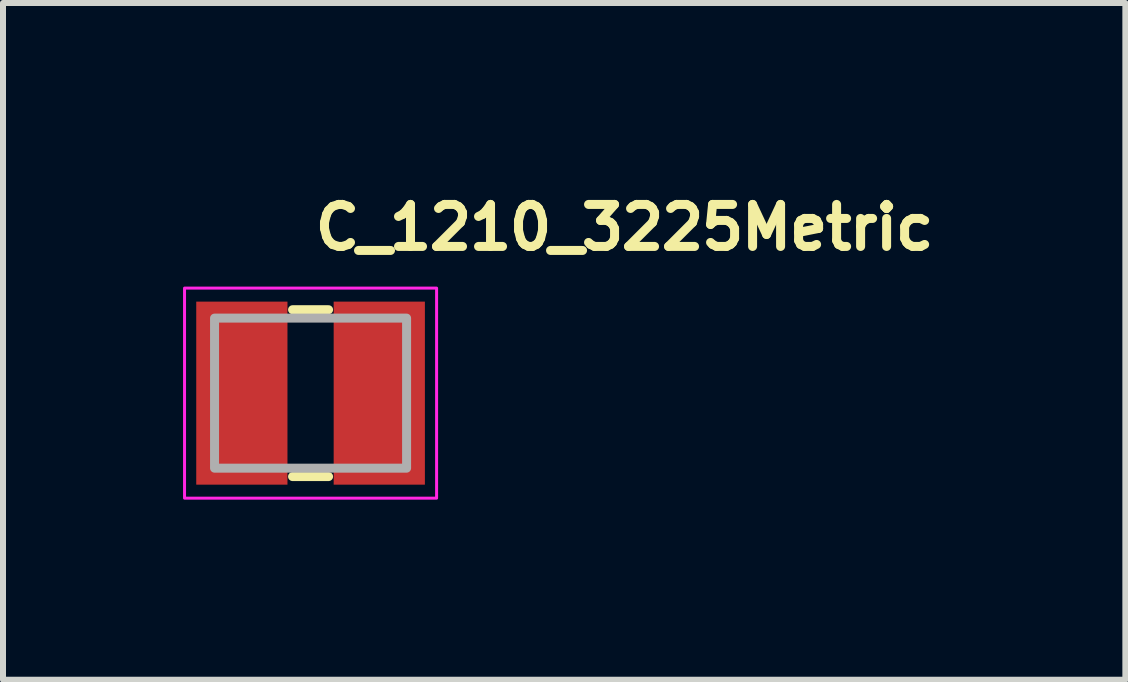
<source format=kicad_pcb>
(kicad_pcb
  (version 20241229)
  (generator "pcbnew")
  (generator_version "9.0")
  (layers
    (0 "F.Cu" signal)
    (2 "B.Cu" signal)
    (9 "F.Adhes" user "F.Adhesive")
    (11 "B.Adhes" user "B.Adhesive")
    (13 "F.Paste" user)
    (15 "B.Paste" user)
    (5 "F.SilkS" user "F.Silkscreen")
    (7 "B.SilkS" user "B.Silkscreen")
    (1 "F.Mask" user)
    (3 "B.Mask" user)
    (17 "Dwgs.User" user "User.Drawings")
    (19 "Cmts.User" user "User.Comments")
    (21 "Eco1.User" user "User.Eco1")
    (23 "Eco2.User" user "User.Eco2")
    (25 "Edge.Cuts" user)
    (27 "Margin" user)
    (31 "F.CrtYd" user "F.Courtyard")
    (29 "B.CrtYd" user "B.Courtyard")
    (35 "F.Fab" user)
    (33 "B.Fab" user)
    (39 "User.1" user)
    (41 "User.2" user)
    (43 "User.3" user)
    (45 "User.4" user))
  (footprint "C_1210_3225Metric"
    (layer "F.Cu")
    (at 2.125 3.501)
    (property "Reference" "C_1210_3225Metric" (at 0 -2.351 0) (layer "F.SilkS") (effects (font (size 0.7 0.7) (thickness 0.15)) (justify left bottom)))
    (attr smd)
    (fp_line (start -0.3 -1.39) (end 0.3 -1.39) (stroke (width 0.15) (type solid)) (layer "F.SilkS"))
    (fp_line (start -0.3 1.39) (end 0.3 1.39) (stroke (width 0.15) (type solid)) (layer "F.SilkS"))
    (fp_rect (start -2.1 -1.75) (end 2.1 1.75) (stroke (width 0.05) (type solid)) (fill no) (layer "F.CrtYd"))
    (fp_rect (start -1.6 -1.25) (end 1.6 1.25) (stroke (width 0.15) (type solid)) (fill no) (layer "F.Fab"))
    (fp_rect (start -1.6 -1.25) (end 1.6 1.25) (stroke (width 0.1) (type solid)) (fill no) (layer "User.5"))
    (fp_line (start -1.601 -1.246) (end -1.601 -1.244) (stroke (width 0.02) (type solid)) (layer "User.9"))
    (fp_line (start -1.601 -1.244) (end -1.601 -1.244) (stroke (width 0.02) (type solid)) (layer "User.9"))
    (fp_line (start -1.601 -1.244) (end -1.601 -1.244) (stroke (width 0.02) (type solid)) (layer "User.9"))
    (fp_line (start -1.601 -1.244) (end -1.601 -1.244) (stroke (width 0.02) (type solid)) (layer "User.9"))
    (fp_line (start -1.601 -1.244) (end -1.601 -1.244) (stroke (width 0.02) (type solid)) (layer "User.9"))
    (fp_line (start -1.601 -1.244) (end -1.601 -1.242) (stroke (width 0.02) (type solid)) (layer "User.9"))
    (fp_line (start -1.601 -1.242) (end -1.601 -1.242) (stroke (width 0.02) (type solid)) (layer "User.9"))
    (fp_line (start -1.601 -1.242) (end -1.601 -1.242) (stroke (width 0.02) (type solid)) (layer "User.9"))
    (fp_line (start -1.601 -1.242) (end -1.601 -1.24) (stroke (width 0.02) (type solid)) (layer "User.9"))
    (fp_line (start -1.601 -1.24) (end -1.601 -1.24) (stroke (width 0.02) (type solid)) (layer "User.9"))
    (fp_line (start -1.601 -1.24) (end -1.601 -1.24) (stroke (width 0.02) (type solid)) (layer "User.9"))
    (fp_line (start -1.601 -1.24) (end -1.601 -1.24) (stroke (width 0.02) (type solid)) (layer "User.9"))
    (fp_line (start -1.601 -1.24) (end -1.601 -1.24) (stroke (width 0.02) (type solid)) (layer "User.9"))
    (fp_line (start -1.601 -1.24) (end -1.601 -1.238) (stroke (width 0.02) (type solid)) (layer "User.9"))
    (fp_line (start -1.601 -1.24) (end -1.601 1.239) (stroke (width 0.02) (type solid)) (layer "User.9"))
    (fp_line (start -1.601 -1.238) (end -1.601 -1.238) (stroke (width 0.02) (type solid)) (layer "User.9"))
    (fp_line (start -1.601 -1.238) (end -1.601 -1.238) (stroke (width 0.02) (type solid)) (layer "User.9"))
    (fp_line (start -1.601 -1.238) (end -1.601 -1.238) (stroke (width 0.02) (type solid)) (layer "User.9"))
    (fp_line (start -1.601 -1.238) (end -1.601 -1.238) (stroke (width 0.02) (type solid)) (layer "User.9"))
    (fp_line (start -1.601 -1.238) (end -1.601 -1.236) (stroke (width 0.02) (type solid)) (layer "User.9"))
    (fp_line (start -1.601 -1.236) (end -1.599 -1.236) (stroke (width 0.02) (type solid)) (layer "User.9"))
    (fp_line (start -1.601 1.235) (end -1.601 1.235) (stroke (width 0.02) (type solid)) (layer "User.9"))
    (fp_line (start -1.601 1.235) (end -1.601 1.235) (stroke (width 0.02) (type solid)) (layer "User.9"))
    (fp_line (start -1.601 1.235) (end -1.601 1.237) (stroke (width 0.02) (type solid)) (layer "User.9"))
    (fp_line (start -1.601 1.237) (end -1.601 1.237) (stroke (width 0.02) (type solid)) (layer "User.9"))
    (fp_line (start -1.601 1.237) (end -1.601 1.237) (stroke (width 0.02) (type solid)) (layer "User.9"))
    (fp_line (start -1.601 1.237) (end -1.601 1.237) (stroke (width 0.02) (type solid)) (layer "User.9"))
    (fp_line (start -1.601 1.237) (end -1.601 1.237) (stroke (width 0.02) (type solid)) (layer "User.9"))
    (fp_line (start -1.601 1.237) (end -1.601 1.239) (stroke (width 0.02) (type solid)) (layer "User.9"))
    (fp_line (start -1.601 1.239) (end -1.601 1.239) (stroke (width 0.02) (type solid)) (layer "User.9"))
    (fp_line (start -1.601 1.239) (end -1.601 1.239) (stroke (width 0.02) (type solid)) (layer "User.9"))
    (fp_line (start -1.601 1.239) (end -1.601 1.239) (stroke (width 0.02) (type solid)) (layer "User.9"))
    (fp_line (start -1.601 1.239) (end -1.601 1.241) (stroke (width 0.02) (type solid)) (layer "User.9"))
    (fp_line (start -1.601 1.241) (end -1.601 1.241) (stroke (width 0.02) (type solid)) (layer "User.9"))
    (fp_line (start -1.601 1.241) (end -1.601 1.241) (stroke (width 0.02) (type solid)) (layer "User.9"))
    (fp_line (start -1.601 1.241) (end -1.601 1.241) (stroke (width 0.02) (type solid)) (layer "User.9"))
    (fp_line (start -1.601 1.241) (end -1.601 1.241) (stroke (width 0.02) (type solid)) (layer "User.9"))
    (fp_line (start -1.601 1.241) (end -1.601 1.243) (stroke (width 0.02) (type solid)) (layer "User.9"))
    (fp_line (start -1.601 1.243) (end -1.601 1.243) (stroke (width 0.02) (type solid)) (layer "User.9"))
    (fp_line (start -1.601 1.243) (end -1.601 1.243) (stroke (width 0.02) (type solid)) (layer "User.9"))
    (fp_line (start -1.601 1.243) (end -1.599 1.243) (stroke (width 0.02) (type solid)) (layer "User.9"))
    (fp_line (start -1.599 -1.248) (end -1.599 -1.248) (stroke (width 0.02) (type solid)) (layer "User.9"))
    (fp_line (start -1.599 -1.248) (end -1.599 -1.248) (stroke (width 0.02) (type solid)) (layer "User.9"))
    (fp_line (start -1.599 -1.248) (end -1.599 -1.246) (stroke (width 0.02) (type solid)) (layer "User.9"))
    (fp_line (start -1.599 -1.246) (end -1.601 -1.246) (stroke (width 0.02) (type solid)) (layer "User.9"))
    (fp_line (start -1.599 -1.246) (end -1.599 -1.246) (stroke (width 0.02) (type solid)) (layer "User.9"))
    (fp_line (start -1.599 -1.246) (end -1.599 -1.246) (stroke (width 0.02) (type solid)) (layer "User.9"))
    (fp_line (start -1.599 -1.246) (end -1.599 -1.246) (stroke (width 0.02) (type solid)) (layer "User.9"))
    (fp_line (start -1.599 -1.236) (end -1.599 -1.236) (stroke (width 0.02) (type solid)) (layer "User.9"))
    (fp_line (start -1.599 -1.236) (end -1.599 -1.236) (stroke (width 0.02) (type solid)) (layer "User.9"))
    (fp_line (start -1.599 -1.236) (end -1.599 -1.236) (stroke (width 0.02) (type solid)) (layer "User.9"))
    (fp_line (start -1.599 -1.236) (end -1.599 -1.234) (stroke (width 0.02) (type solid)) (layer "User.9"))
    (fp_line (start -1.599 -1.234) (end -1.599 -1.234) (stroke (width 0.02) (type solid)) (layer "User.9"))
    (fp_line (start -1.599 -1.234) (end -1.599 -1.234) (stroke (width 0.02) (type solid)) (layer "User.9"))
    (fp_line (start -1.599 -1.234) (end -1.597 -1.234) (stroke (width 0.02) (type solid)) (layer "User.9"))
    (fp_line (start -1.599 1.231) (end -1.599 1.233) (stroke (width 0.02) (type solid)) (layer "User.9"))
    (fp_line (start -1.599 1.233) (end -1.599 1.233) (stroke (width 0.02) (type solid)) (layer "User.9"))
    (fp_line (start -1.599 1.233) (end -1.599 1.233) (stroke (width 0.02) (type solid)) (layer "User.9"))
    (fp_line (start -1.599 1.233) (end -1.599 1.233) (stroke (width 0.02) (type solid)) (layer "User.9"))
    (fp_line (start -1.599 1.233) (end -1.599 1.233) (stroke (width 0.02) (type solid)) (layer "User.9"))
    (fp_line (start -1.599 1.233) (end -1.599 1.235) (stroke (width 0.02) (type solid)) (layer "User.9"))
    (fp_line (start -1.599 1.235) (end -1.601 1.235) (stroke (width 0.02) (type solid)) (layer "User.9"))
    (fp_line (start -1.599 1.243) (end -1.599 1.245) (stroke (width 0.02) (type solid)) (layer "User.9"))
    (fp_line (start -1.599 1.245) (end -1.599 1.245) (stroke (width 0.02) (type solid)) (layer "User.9"))
    (fp_line (start -1.599 1.245) (end -1.599 1.245) (stroke (width 0.02) (type solid)) (layer "User.9"))
    (fp_line (start -1.599 1.245) (end -1.599 1.245) (stroke (width 0.02) (type solid)) (layer "User.9"))
    (fp_line (start -1.599 1.245) (end -1.599 1.245) (stroke (width 0.02) (type solid)) (layer "User.9"))
    (fp_line (start -1.599 1.245) (end -1.599 1.247) (stroke (width 0.02) (type solid)) (layer "User.9"))
    (fp_line (start -1.599 1.247) (end -1.597 1.247) (stroke (width 0.02) (type solid)) (layer "User.9"))
    (fp_line (start -1.597 -1.25) (end -1.597 -1.25) (stroke (width 0.02) (type solid)) (layer "User.9"))
    (fp_line (start -1.597 -1.25) (end -1.597 -1.25) (stroke (width 0.02) (type solid)) (layer "User.9"))
    (fp_line (start -1.597 -1.25) (end -1.597 -1.248) (stroke (width 0.02) (type solid)) (layer "User.9"))
    (fp_line (start -1.597 -1.248) (end -1.599 -1.248) (stroke (width 0.02) (type solid)) (layer "User.9"))
    (fp_line (start -1.597 -1.248) (end -1.597 -1.248) (stroke (width 0.02) (type solid)) (layer "User.9"))
    (fp_line (start -1.597 -1.234) (end -1.597 -1.234) (stroke (width 0.02) (type solid)) (layer "User.9"))
    (fp_line (start -1.597 -1.234) (end -1.597 -1.232) (stroke (width 0.02) (type solid)) (layer "User.9"))
    (fp_line (start -1.597 -1.232) (end -1.597 -1.232) (stroke (width 0.02) (type solid)) (layer "User.9"))
    (fp_line (start -1.597 -1.232) (end -1.597 -1.232) (stroke (width 0.02) (type solid)) (layer "User.9"))
    (fp_line (start -1.597 -1.232) (end -1.595 -1.232) (stroke (width 0.02) (type solid)) (layer "User.9"))
    (fp_line (start -1.597 1.231) (end -1.599 1.231) (stroke (width 0.02) (type solid)) (layer "User.9"))
    (fp_line (start -1.597 1.231) (end -1.597 1.231) (stroke (width 0.02) (type solid)) (layer "User.9"))
    (fp_line (start -1.597 1.231) (end -1.597 1.231) (stroke (width 0.02) (type solid)) (layer "User.9"))
    (fp_line (start -1.597 1.231) (end -1.597 1.231) (stroke (width 0.02) (type solid)) (layer "User.9"))
    (fp_line (start -1.597 1.231) (end -1.597 1.231) (stroke (width 0.02) (type solid)) (layer "User.9"))
    (fp_line (start -1.597 1.247) (end -1.597 1.247) (stroke (width 0.02) (type solid)) (layer "User.9"))
    (fp_line (start -1.597 1.247) (end -1.597 1.247) (stroke (width 0.02) (type solid)) (layer "User.9"))
    (fp_line (start -1.597 1.247) (end -1.597 1.247) (stroke (width 0.02) (type solid)) (layer "User.9"))
    (fp_line (start -1.597 1.247) (end -1.597 1.247) (stroke (width 0.02) (type solid)) (layer "User.9"))
    (fp_line (start -1.597 1.247) (end -1.595 1.247) (stroke (width 0.02) (type solid)) (layer "User.9"))
    (fp_line (start -1.595 -1.25) (end -1.597 -1.25) (stroke (width 0.02) (type solid)) (layer "User.9"))
    (fp_line (start -1.595 -1.25) (end -1.595 -1.25) (stroke (width 0.02) (type solid)) (layer "User.9"))
    (fp_line (start -1.595 -1.25) (end -1.595 -1.25) (stroke (width 0.02) (type solid)) (layer "User.9"))
    (fp_line (start -1.595 -1.25) (end -1.595 -1.25) (stroke (width 0.02) (type solid)) (layer "User.9"))
    (fp_line (start -1.595 -1.232) (end -1.595 -1.232) (stroke (width 0.02) (type solid)) (layer "User.9"))
    (fp_line (start -1.595 -1.232) (end -1.595 -1.232) (stroke (width 0.02) (type solid)) (layer "User.9"))
    (fp_line (start -1.595 -1.232) (end -1.595 -1.232) (stroke (width 0.02) (type solid)) (layer "User.9"))
    (fp_line (start -1.595 -1.232) (end -1.593 -1.232) (stroke (width 0.02) (type solid)) (layer "User.9"))
    (fp_line (start -1.595 1.229) (end -1.595 1.229) (stroke (width 0.02) (type solid)) (layer "User.9"))
    (fp_line (start -1.595 1.229) (end -1.595 1.229) (stroke (width 0.02) (type solid)) (layer "User.9"))
    (fp_line (start -1.595 1.229) (end -1.595 1.231) (stroke (width 0.02) (type solid)) (layer "User.9"))
    (fp_line (start -1.595 1.231) (end -1.597 1.231) (stroke (width 0.02) (type solid)) (layer "User.9"))
    (fp_line (start -1.595 1.247) (end -1.595 1.249) (stroke (width 0.02) (type solid)) (layer "User.9"))
    (fp_line (start -1.595 1.249) (end -1.595 1.249) (stroke (width 0.02) (type solid)) (layer "User.9"))
    (fp_line (start -1.595 1.249) (end -1.595 1.249) (stroke (width 0.02) (type solid)) (layer "User.9"))
    (fp_line (start -1.595 1.249) (end -1.593 1.249) (stroke (width 0.02) (type solid)) (layer "User.9"))
    (fp_line (start -1.593 -1.25) (end -1.595 -1.25) (stroke (width 0.02) (type solid)) (layer "User.9"))
    (fp_line (start -1.593 -1.25) (end -1.593 -1.25) (stroke (width 0.02) (type solid)) (layer "User.9"))
    (fp_line (start -1.593 -1.25) (end -1.593 -1.25) (stroke (width 0.02) (type solid)) (layer "User.9"))
    (fp_line (start -1.593 -1.25) (end -1.593 -1.25) (stroke (width 0.02) (type solid)) (layer "User.9"))
    (fp_line (start -1.593 -1.25) (end -1.593 -1.25) (stroke (width 0.02) (type solid)) (layer "User.9"))
    (fp_line (start -1.593 -1.232) (end -1.593 -1.232) (stroke (width 0.02) (type solid)) (layer "User.9"))
    (fp_line (start -1.593 -1.232) (end -1.593 -1.232) (stroke (width 0.02) (type solid)) (layer "User.9"))
    (fp_line (start -1.593 -1.232) (end -1.593 -1.232) (stroke (width 0.02) (type solid)) (layer "User.9"))
    (fp_line (start -1.593 -1.232) (end -1.593 -1.232) (stroke (width 0.02) (type solid)) (layer "User.9"))
    (fp_line (start -1.593 -1.232) (end -1.591 -1.232) (stroke (width 0.02) (type solid)) (layer "User.9"))
    (fp_line (start -1.593 1.229) (end -1.595 1.229) (stroke (width 0.02) (type solid)) (layer "User.9"))
    (fp_line (start -1.593 1.229) (end -1.593 1.229) (stroke (width 0.02) (type solid)) (layer "User.9"))
    (fp_line (start -1.593 1.229) (end -1.593 1.229) (stroke (width 0.02) (type solid)) (layer "User.9"))
    (fp_line (start -1.593 1.229) (end -1.593 1.229) (stroke (width 0.02) (type solid)) (layer "User.9"))
    (fp_line (start -1.593 1.229) (end -1.593 1.229) (stroke (width 0.02) (type solid)) (layer "User.9"))
    (fp_line (start -1.593 1.249) (end -1.593 1.249) (stroke (width 0.02) (type solid)) (layer "User.9"))
    (fp_line (start -1.593 1.249) (end -1.593 1.249) (stroke (width 0.02) (type solid)) (layer "User.9"))
    (fp_line (start -1.593 1.249) (end -1.593 1.249) (stroke (width 0.02) (type solid)) (layer "User.9"))
    (fp_line (start -1.593 1.249) (end -1.593 1.249) (stroke (width 0.02) (type solid)) (layer "User.9"))
    (fp_line (start -1.593 1.249) (end -1.591 1.249) (stroke (width 0.02) (type solid)) (layer "User.9"))
    (fp_line (start -1.591 -1.25) (end -1.593 -1.25) (stroke (width 0.02) (type solid)) (layer "User.9"))
    (fp_line (start -1.591 -1.25) (end -1.591 -1.25) (stroke (width 0.02) (type solid)) (layer "User.9"))
    (fp_line (start -1.591 -1.25) (end -1.591 -1.25) (stroke (width 0.02) (type solid)) (layer "User.9"))
    (fp_line (start -1.591 -1.25) (end -1.591 -1.25) (stroke (width 0.02) (type solid)) (layer "User.9"))
    (fp_line (start -1.591 -1.232) (end -1.591 -1.23) (stroke (width 0.02) (type solid)) (layer "User.9"))
    (fp_line (start -1.591 -1.232) (end -1.589 -1.232) (stroke (width 0.02) (type solid)) (layer "User.9"))
    (fp_line (start -1.591 -1.23) (end -1.591 -1.232) (stroke (width 0.02) (type solid)) (layer "User.9"))
    (fp_line (start -1.591 -1.23) (end -1.591 -1.23) (stroke (width 0.02) (type solid)) (layer "User.9"))
    (fp_line (start -1.591 1.229) (end -1.593 1.229) (stroke (width 0.02) (type solid)) (layer "User.9"))
    (fp_line (start -1.591 1.229) (end -1.591 1.229) (stroke (width 0.02) (type solid)) (layer "User.9"))
    (fp_line (start -1.591 1.229) (end -1.591 1.229) (stroke (width 0.02) (type solid)) (layer "User.9"))
    (fp_line (start -1.591 1.229) (end -1.591 1.229) (stroke (width 0.02) (type solid)) (layer "User.9"))
    (fp_line (start -1.591 1.249) (end -1.591 1.249) (stroke (width 0.02) (type solid)) (layer "User.9"))
    (fp_line (start -1.591 1.249) (end -1.591 1.249) (stroke (width 0.02) (type solid)) (layer "User.9"))
    (fp_line (start -1.591 1.249) (end -1.591 1.249) (stroke (width 0.02) (type solid)) (layer "User.9"))
    (fp_line (start -1.591 1.249) (end -1.589 1.249) (stroke (width 0.02) (type solid)) (layer "User.9"))
    (fp_line (start -1.591 1.249) (end -0.85 1.249) (stroke (width 0.02) (type solid)) (layer "User.9"))
    (fp_line (start -1.589 -1.25) (end -1.591 -1.25) (stroke (width 0.02) (type solid)) (layer "User.9"))
    (fp_line (start -1.589 -1.25) (end -1.589 -1.25) (stroke (width 0.02) (type solid)) (layer "User.9"))
    (fp_line (start -1.589 -1.25) (end -1.589 -1.25) (stroke (width 0.02) (type solid)) (layer "User.9"))
    (fp_line (start -1.589 -1.25) (end -1.589 -1.25) (stroke (width 0.02) (type solid)) (layer "User.9"))
    (fp_line (start -1.589 -1.25) (end -1.589 -1.25) (stroke (width 0.02) (type solid)) (layer "User.9"))
    (fp_line (start -1.589 -1.232) (end -1.589 -1.232) (stroke (width 0.02) (type solid)) (layer "User.9"))
    (fp_line (start -1.589 -1.232) (end -1.589 -1.232) (stroke (width 0.02) (type solid)) (layer "User.9"))
    (fp_line (start -1.589 -1.232) (end -1.589 -1.232) (stroke (width 0.02) (type solid)) (layer "User.9"))
    (fp_line (start -1.589 -1.232) (end -1.589 -1.232) (stroke (width 0.02) (type solid)) (layer "User.9"))
    (fp_line (start -1.589 -1.232) (end -1.587 -1.232) (stroke (width 0.02) (type solid)) (layer "User.9"))
    (fp_line (start -1.589 1.229) (end -1.591 1.229) (stroke (width 0.02) (type solid)) (layer "User.9"))
    (fp_line (start -1.589 1.229) (end -1.589 1.229) (stroke (width 0.02) (type solid)) (layer "User.9"))
    (fp_line (start -1.589 1.229) (end -1.589 1.229) (stroke (width 0.02) (type solid)) (layer "User.9"))
    (fp_line (start -1.589 1.229) (end -1.589 1.229) (stroke (width 0.02) (type solid)) (layer "User.9"))
    (fp_line (start -1.589 1.229) (end -1.589 1.229) (stroke (width 0.02) (type solid)) (layer "User.9"))
    (fp_line (start -1.589 1.249) (end -1.589 1.249) (stroke (width 0.02) (type solid)) (layer "User.9"))
    (fp_line (start -1.589 1.249) (end -1.589 1.249) (stroke (width 0.02) (type solid)) (layer "User.9"))
    (fp_line (start -1.589 1.249) (end -1.589 1.249) (stroke (width 0.02) (type solid)) (layer "User.9"))
    (fp_line (start -1.589 1.249) (end -1.589 1.249) (stroke (width 0.02) (type solid)) (layer "User.9"))
    (fp_line (start -1.589 1.249) (end -1.587 1.249) (stroke (width 0.02) (type solid)) (layer "User.9"))
    (fp_line (start -1.587 -1.25) (end -1.589 -1.25) (stroke (width 0.02) (type solid)) (layer "User.9"))
    (fp_line (start -1.587 -1.25) (end -1.587 -1.25) (stroke (width 0.02) (type solid)) (layer "User.9"))
    (fp_line (start -1.587 -1.25) (end -1.587 -1.25) (stroke (width 0.02) (type solid)) (layer "User.9"))
    (fp_line (start -1.587 -1.25) (end -1.587 -1.25) (stroke (width 0.02) (type solid)) (layer "User.9"))
    (fp_line (start -1.587 -1.232) (end -1.587 -1.232) (stroke (width 0.02) (type solid)) (layer "User.9"))
    (fp_line (start -1.587 -1.232) (end -1.587 -1.232) (stroke (width 0.02) (type solid)) (layer "User.9"))
    (fp_line (start -1.587 -1.232) (end -1.587 -1.232) (stroke (width 0.02) (type solid)) (layer "User.9"))
    (fp_line (start -1.587 -1.232) (end -1.585 -1.232) (stroke (width 0.02) (type solid)) (layer "User.9"))
    (fp_line (start -1.587 1.229) (end -1.589 1.229) (stroke (width 0.02) (type solid)) (layer "User.9"))
    (fp_line (start -1.587 1.229) (end -1.587 1.229) (stroke (width 0.02) (type solid)) (layer "User.9"))
    (fp_line (start -1.587 1.229) (end -1.587 1.229) (stroke (width 0.02) (type solid)) (layer "User.9"))
    (fp_line (start -1.587 1.231) (end -1.587 1.229) (stroke (width 0.02) (type solid)) (layer "User.9"))
    (fp_line (start -1.587 1.247) (end -1.585 1.247) (stroke (width 0.02) (type solid)) (layer "User.9"))
    (fp_line (start -1.587 1.249) (end -1.587 1.247) (stroke (width 0.02) (type solid)) (layer "User.9"))
    (fp_line (start -1.587 1.249) (end -1.587 1.249) (stroke (width 0.02) (type solid)) (layer "User.9"))
    (fp_line (start -1.587 1.249) (end -1.587 1.249) (stroke (width 0.02) (type solid)) (layer "User.9"))
    (fp_line (start -1.585 -1.25) (end -1.587 -1.25) (stroke (width 0.02) (type solid)) (layer "User.9"))
    (fp_line (start -1.585 -1.25) (end -1.585 -1.25) (stroke (width 0.02) (type solid)) (layer "User.9"))
    (fp_line (start -1.585 -1.25) (end -1.585 -1.25) (stroke (width 0.02) (type solid)) (layer "User.9"))
    (fp_line (start -1.585 -1.248) (end -1.585 -1.25) (stroke (width 0.02) (type solid)) (layer "User.9"))
    (fp_line (start -1.585 -1.248) (end -1.585 -1.248) (stroke (width 0.02) (type solid)) (layer "User.9"))
    (fp_line (start -1.585 -1.234) (end -1.585 -1.234) (stroke (width 0.02) (type solid)) (layer "User.9"))
    (fp_line (start -1.585 -1.234) (end -1.583 -1.234) (stroke (width 0.02) (type solid)) (layer "User.9"))
    (fp_line (start -1.585 -1.232) (end -1.585 -1.234) (stroke (width 0.02) (type solid)) (layer "User.9"))
    (fp_line (start -1.585 -1.232) (end -1.585 -1.232) (stroke (width 0.02) (type solid)) (layer "User.9"))
    (fp_line (start -1.585 -1.232) (end -1.585 -1.232) (stroke (width 0.02) (type solid)) (layer "User.9"))
    (fp_line (start -1.585 1.231) (end -1.587 1.231) (stroke (width 0.02) (type solid)) (layer "User.9"))
    (fp_line (start -1.585 1.231) (end -1.585 1.231) (stroke (width 0.02) (type solid)) (layer "User.9"))
    (fp_line (start -1.585 1.231) (end -1.585 1.231) (stroke (width 0.02) (type solid)) (layer "User.9"))
    (fp_line (start -1.585 1.231) (end -1.585 1.231) (stroke (width 0.02) (type solid)) (layer "User.9"))
    (fp_line (start -1.585 1.231) (end -1.585 1.231) (stroke (width 0.02) (type solid)) (layer "User.9"))
    (fp_line (start -1.585 1.247) (end -1.585 1.247) (stroke (width 0.02) (type solid)) (layer "User.9"))
    (fp_line (start -1.585 1.247) (end -1.585 1.247) (stroke (width 0.02) (type solid)) (layer "User.9"))
    (fp_line (start -1.585 1.247) (end -1.585 1.247) (stroke (width 0.02) (type solid)) (layer "User.9"))
    (fp_line (start -1.585 1.247) (end -1.585 1.247) (stroke (width 0.02) (type solid)) (layer "User.9"))
    (fp_line (start -1.585 1.247) (end -1.583 1.247) (stroke (width 0.02) (type solid)) (layer "User.9"))
    (fp_line (start -1.583 -1.248) (end -1.585 -1.248) (stroke (width 0.02) (type solid)) (layer "User.9"))
    (fp_line (start -1.583 -1.248) (end -1.583 -1.248) (stroke (width 0.02) (type solid)) (layer "User.9"))
    (fp_line (start -1.583 -1.248) (end -1.583 -1.248) (stroke (width 0.02) (type solid)) (layer "User.9"))
    (fp_line (start -1.583 -1.246) (end -1.583 -1.248) (stroke (width 0.02) (type solid)) (layer "User.9"))
    (fp_line (start -1.583 -1.246) (end -1.583 -1.246) (stroke (width 0.02) (type solid)) (layer "User.9"))
    (fp_line (start -1.583 -1.246) (end -1.583 -1.246) (stroke (width 0.02) (type solid)) (layer "User.9"))
    (fp_line (start -1.583 -1.246) (end -1.583 -1.246) (stroke (width 0.02) (type solid)) (layer "User.9"))
    (fp_line (start -1.583 -1.236) (end -1.583 -1.236) (stroke (width 0.02) (type solid)) (layer "User.9"))
    (fp_line (start -1.583 -1.236) (end -1.583 -1.236) (stroke (width 0.02) (type solid)) (layer "User.9"))
    (fp_line (start -1.583 -1.236) (end -1.583 -1.236) (stroke (width 0.02) (type solid)) (layer "User.9"))
    (fp_line (start -1.583 -1.236) (end -1.581 -1.236) (stroke (width 0.02) (type solid)) (layer "User.9"))
    (fp_line (start -1.583 -1.234) (end -1.583 -1.236) (stroke (width 0.02) (type solid)) (layer "User.9"))
    (fp_line (start -1.583 -1.234) (end -1.583 -1.234) (stroke (width 0.02) (type solid)) (layer "User.9"))
    (fp_line (start -1.583 -1.234) (end -1.583 -1.234) (stroke (width 0.02) (type solid)) (layer "User.9"))
    (fp_line (start -1.583 1.231) (end -1.585 1.231) (stroke (width 0.02) (type solid)) (layer "User.9"))
    (fp_line (start -1.583 1.233) (end -1.583 1.231) (stroke (width 0.02) (type solid)) (layer "User.9"))
    (fp_line (start -1.583 1.233) (end -1.583 1.233) (stroke (width 0.02) (type solid)) (layer "User.9"))
    (fp_line (start -1.583 1.233) (end -1.583 1.233) (stroke (width 0.02) (type solid)) (layer "User.9"))
    (fp_line (start -1.583 1.233) (end -1.583 1.233) (stroke (width 0.02) (type solid)) (layer "User.9"))
    (fp_line (start -1.583 1.233) (end -1.583 1.233) (stroke (width 0.02) (type solid)) (layer "User.9"))
    (fp_line (start -1.583 1.235) (end -1.583 1.233) (stroke (width 0.02) (type solid)) (layer "User.9"))
    (fp_line (start -1.583 1.243) (end -1.581 1.243) (stroke (width 0.02) (type solid)) (layer "User.9"))
    (fp_line (start -1.583 1.245) (end -1.583 1.243) (stroke (width 0.02) (type solid)) (layer "User.9"))
    (fp_line (start -1.583 1.245) (end -1.583 1.245) (stroke (width 0.02) (type solid)) (layer "User.9"))
    (fp_line (start -1.583 1.245) (end -1.583 1.245) (stroke (width 0.02) (type solid)) (layer "User.9"))
    (fp_line (start -1.583 1.245) (end -1.583 1.245) (stroke (width 0.02) (type solid)) (layer "User.9"))
    (fp_line (start -1.583 1.245) (end -1.583 1.245) (stroke (width 0.02) (type solid)) (layer "User.9"))
    (fp_line (start -1.583 1.247) (end -1.583 1.245) (stroke (width 0.02) (type solid)) (layer "User.9"))
    (fp_line (start -1.581 -1.246) (end -1.583 -1.246) (stroke (width 0.02) (type solid)) (layer "User.9"))
    (fp_line (start -1.581 -1.244) (end -1.581 -1.246) (stroke (width 0.02) (type solid)) (layer "User.9"))
    (fp_line (start -1.581 -1.244) (end -1.581 -1.244) (stroke (width 0.02) (type solid)) (layer "User.9"))
    (fp_line (start -1.581 -1.244) (end -1.581 -1.244) (stroke (width 0.02) (type solid)) (layer "User.9"))
    (fp_line (start -1.581 -1.244) (end -1.581 -1.244) (stroke (width 0.02) (type solid)) (layer "User.9"))
    (fp_line (start -1.581 -1.244) (end -1.581 -1.244) (stroke (width 0.02) (type solid)) (layer "User.9"))
    (fp_line (start -1.581 -1.242) (end -1.581 -1.244) (stroke (width 0.02) (type solid)) (layer "User.9"))
    (fp_line (start -1.581 -1.242) (end -1.581 -1.242) (stroke (width 0.02) (type solid)) (layer "User.9"))
    (fp_line (start -1.581 -1.242) (end -1.581 -1.242) (stroke (width 0.02) (type solid)) (layer "User.9"))
    (fp_line (start -1.581 -1.24) (end -1.581 -1.242) (stroke (width 0.02) (type solid)) (layer "User.9"))
    (fp_line (start -1.581 -1.24) (end -1.581 -1.24) (stroke (width 0.02) (type solid)) (layer "User.9"))
    (fp_line (start -1.581 -1.24) (end -1.581 -1.24) (stroke (width 0.02) (type solid)) (layer "User.9"))
    (fp_line (start -1.581 -1.24) (end -1.581 -1.24) (stroke (width 0.02) (type solid)) (layer "User.9"))
    (fp_line (start -1.581 -1.24) (end -1.581 -1.24) (stroke (width 0.02) (type solid)) (layer "User.9"))
    (fp_line (start -1.581 -1.24) (end -1.581 -1.24) (stroke (width 0.02) (type solid)) (layer "User.9"))
    (fp_line (start -1.581 -1.238) (end -1.581 -1.24) (stroke (width 0.02) (type solid)) (layer "User.9"))
    (fp_line (start -1.581 -1.238) (end -1.581 -1.238) (stroke (width 0.02) (type solid)) (layer "User.9"))
    (fp_line (start -1.581 -1.238) (end -1.581 -1.238) (stroke (width 0.02) (type solid)) (layer "User.9"))
    (fp_line (start -1.581 -1.238) (end -1.581 -1.238) (stroke (width 0.02) (type solid)) (layer "User.9"))
    (fp_line (start -1.581 -1.238) (end -1.581 -1.238) (stroke (width 0.02) (type solid)) (layer "User.9"))
    (fp_line (start -1.581 -1.236) (end -1.581 -1.238) (stroke (width 0.02) (type solid)) (layer "User.9"))
    (fp_line (start -1.581 1.235) (end -1.583 1.235) (stroke (width 0.02) (type solid)) (layer "User.9"))
    (fp_line (start -1.581 1.235) (end -1.581 1.235) (stroke (width 0.02) (type solid)) (layer "User.9"))
    (fp_line (start -1.581 1.235) (end -1.581 1.235) (stroke (width 0.02) (type solid)) (layer "User.9"))
    (fp_line (start -1.581 1.237) (end -1.581 1.235) (stroke (width 0.02) (type solid)) (layer "User.9"))
    (fp_line (start -1.581 1.237) (end -1.581 1.237) (stroke (width 0.02) (type solid)) (layer "User.9"))
    (fp_line (start -1.581 1.237) (end -1.581 1.237) (stroke (width 0.02) (type solid)) (layer "User.9"))
    (fp_line (start -1.581 1.237) (end -1.581 1.237) (stroke (width 0.02) (type solid)) (layer "User.9"))
    (fp_line (start -1.581 1.237) (end -1.581 1.237) (stroke (width 0.02) (type solid)) (layer "User.9"))
    (fp_line (start -1.581 1.239) (end -1.581 1.237) (stroke (width 0.02) (type solid)) (layer "User.9"))
    (fp_line (start -1.581 1.239) (end -1.581 1.239) (stroke (width 0.02) (type solid)) (layer "User.9"))
    (fp_line (start -1.581 1.239) (end -1.581 1.239) (stroke (width 0.02) (type solid)) (layer "User.9"))
    (fp_line (start -1.581 1.239) (end -1.581 1.239) (stroke (width 0.02) (type solid)) (layer "User.9"))
    (fp_line (start -1.581 1.239) (end -1.581 1.239) (stroke (width 0.02) (type solid)) (layer "User.9"))
    (fp_line (start -1.581 1.241) (end -1.581 1.239) (stroke (width 0.02) (type solid)) (layer "User.9"))
    (fp_line (start -1.581 1.241) (end -1.581 1.241) (stroke (width 0.02) (type solid)) (layer "User.9"))
    (fp_line (start -1.581 1.241) (end -1.581 1.241) (stroke (width 0.02) (type solid)) (layer "User.9"))
    (fp_line (start -1.581 1.241) (end -1.581 1.241) (stroke (width 0.02) (type solid)) (layer "User.9"))
    (fp_line (start -1.581 1.241) (end -1.581 1.241) (stroke (width 0.02) (type solid)) (layer "User.9"))
    (fp_line (start -1.581 1.243) (end -1.581 1.241) (stroke (width 0.02) (type solid)) (layer "User.9"))
    (fp_line (start -1.581 1.243) (end -1.581 1.243) (stroke (width 0.02) (type solid)) (layer "User.9"))
    (fp_line (start -1.581 1.243) (end -1.581 1.243) (stroke (width 0.02) (type solid)) (layer "User.9"))
    (fp_line (start -0.85 -1.25) (end -1.591 -1.25) (stroke (width 0.02) (type solid)) (layer "User.9"))
    (fp_line (start -0.85 -1.24) (end -0.85 -1.25) (stroke (width 0.02) (type solid)) (layer "User.9"))
    (fp_line (start -0.85 1.233) (end 0.848 1.233) (stroke (width 0.02) (type solid)) (layer "User.9"))
    (fp_line (start -0.85 1.239) (end -0.85 -1.24) (stroke (width 0.02) (type solid)) (layer "User.9"))
    (fp_line (start -0.85 1.249) (end -0.85 1.239) (stroke (width 0.02) (type solid)) (layer "User.9"))
    (fp_line (start 0.848 -1.25) (end 0.848 -1.24) (stroke (width 0.02) (type solid)) (layer "User.9"))
    (fp_line (start 0.848 -1.24) (end 0.848 1.239) (stroke (width 0.02) (type solid)) (layer "User.9"))
    (fp_line (start 0.848 -1.236) (end -0.85 -1.236) (stroke (width 0.02) (type solid)) (layer "User.9"))
    (fp_line (start 0.848 1.239) (end 0.848 1.249) (stroke (width 0.02) (type solid)) (layer "User.9"))
    (fp_line (start 0.848 1.249) (end 1.59 1.249) (stroke (width 0.02) (type solid)) (layer "User.9"))
    (fp_line (start 1.58 -1.246) (end 1.58 -1.246) (stroke (width 0.02) (type solid)) (layer "User.9"))
    (fp_line (start 1.58 -1.246) (end 1.58 -1.246) (stroke (width 0.02) (type solid)) (layer "User.9"))
    (fp_line (start 1.58 -1.246) (end 1.58 -1.246) (stroke (width 0.02) (type solid)) (layer "User.9"))
    (fp_line (start 1.58 -1.246) (end 1.58 -1.246) (stroke (width 0.02) (type solid)) (layer "User.9"))
    (fp_line (start 1.58 -1.246) (end 1.58 -1.244) (stroke (width 0.02) (type solid)) (layer "User.9"))
    (fp_line (start 1.58 -1.244) (end 1.58 -1.244) (stroke (width 0.02) (type solid)) (layer "User.9"))
    (fp_line (start 1.58 -1.244) (end 1.58 -1.244) (stroke (width 0.02) (type solid)) (layer "User.9"))
    (fp_line (start 1.58 -1.244) (end 1.58 -1.244) (stroke (width 0.02) (type solid)) (layer "User.9"))
    (fp_line (start 1.58 -1.244) (end 1.58 -1.244) (stroke (width 0.02) (type solid)) (layer "User.9"))
    (fp_line (start 1.58 -1.244) (end 1.58 -1.242) (stroke (width 0.02) (type solid)) (layer "User.9"))
    (fp_line (start 1.58 -1.242) (end 1.58 -1.242) (stroke (width 0.02) (type solid)) (layer "User.9"))
    (fp_line (start 1.58 -1.242) (end 1.58 -1.242) (stroke (width 0.02) (type solid)) (layer "User.9"))
    (fp_line (start 1.58 -1.242) (end 1.58 -1.24) (stroke (width 0.02) (type solid)) (layer "User.9"))
    (fp_line (start 1.58 -1.24) (end 1.58 -1.24) (stroke (width 0.02) (type solid)) (layer "User.9"))
    (fp_line (start 1.58 -1.24) (end 1.58 -1.24) (stroke (width 0.02) (type solid)) (layer "User.9"))
    (fp_line (start 1.58 -1.24) (end 1.58 -1.24) (stroke (width 0.02) (type solid)) (layer "User.9"))
    (fp_line (start 1.58 -1.24) (end 1.58 -1.24) (stroke (width 0.02) (type solid)) (layer "User.9"))
    (fp_line (start 1.58 -1.24) (end 1.58 -1.238) (stroke (width 0.02) (type solid)) (layer "User.9"))
    (fp_line (start 1.58 -1.238) (end 1.58 -1.238) (stroke (width 0.02) (type solid)) (layer "User.9"))
    (fp_line (start 1.58 -1.238) (end 1.58 -1.238) (stroke (width 0.02) (type solid)) (layer "User.9"))
    (fp_line (start 1.58 -1.238) (end 1.58 -1.238) (stroke (width 0.02) (type solid)) (layer "User.9"))
    (fp_line (start 1.58 -1.238) (end 1.58 -1.238) (stroke (width 0.02) (type solid)) (layer "User.9"))
    (fp_line (start 1.58 -1.238) (end 1.58 -1.236) (stroke (width 0.02) (type solid)) (layer "User.9"))
    (fp_line (start 1.58 -1.236) (end 1.58 -1.236) (stroke (width 0.02) (type solid)) (layer "User.9"))
    (fp_line (start 1.58 -1.236) (end 1.58 -1.236) (stroke (width 0.02) (type solid)) (layer "User.9"))
    (fp_line (start 1.58 -1.236) (end 1.58 -1.236) (stroke (width 0.02) (type solid)) (layer "User.9"))
    (fp_line (start 1.58 -1.236) (end 1.58 -1.236) (stroke (width 0.02) (type solid)) (layer "User.9"))
    (fp_line (start 1.58 -1.236) (end 1.582 -1.234) (stroke (width 0.02) (type solid)) (layer "User.9"))
    (fp_line (start 1.58 1.233) (end 1.58 1.233) (stroke (width 0.02) (type solid)) (layer "User.9"))
    (fp_line (start 1.58 1.233) (end 1.58 1.233) (stroke (width 0.02) (type solid)) (layer "User.9"))
    (fp_line (start 1.58 1.233) (end 1.58 1.235) (stroke (width 0.02) (type solid)) (layer "User.9"))
    (fp_line (start 1.58 1.235) (end 1.58 1.235) (stroke (width 0.02) (type solid)) (layer "User.9"))
    (fp_line (start 1.58 1.235) (end 1.58 1.235) (stroke (width 0.02) (type solid)) (layer "User.9"))
    (fp_line (start 1.58 1.235) (end 1.58 1.235) (stroke (width 0.02) (type solid)) (layer "User.9"))
    (fp_line (start 1.58 1.235) (end 1.58 1.237) (stroke (width 0.02) (type solid)) (layer "User.9"))
    (fp_line (start 1.58 1.237) (end 1.58 1.237) (stroke (width 0.02) (type solid)) (layer "User.9"))
    (fp_line (start 1.58 1.237) (end 1.58 1.237) (stroke (width 0.02) (type solid)) (layer "User.9"))
    (fp_line (start 1.58 1.237) (end 1.58 1.237) (stroke (width 0.02) (type solid)) (layer "User.9"))
    (fp_line (start 1.58 1.237) (end 1.58 1.237) (stroke (width 0.02) (type solid)) (layer "User.9"))
    (fp_line (start 1.58 1.237) (end 1.58 1.239) (stroke (width 0.02) (type solid)) (layer "User.9"))
    (fp_line (start 1.58 1.239) (end 1.58 1.239) (stroke (width 0.02) (type solid)) (layer "User.9"))
    (fp_line (start 1.58 1.239) (end 1.58 1.239) (stroke (width 0.02) (type solid)) (layer "User.9"))
    (fp_line (start 1.58 1.239) (end 1.58 1.239) (stroke (width 0.02) (type solid)) (layer "User.9"))
    (fp_line (start 1.58 1.239) (end 1.58 1.241) (stroke (width 0.02) (type solid)) (layer "User.9"))
    (fp_line (start 1.58 1.241) (end 1.58 1.241) (stroke (width 0.02) (type solid)) (layer "User.9"))
    (fp_line (start 1.58 1.241) (end 1.58 1.241) (stroke (width 0.02) (type solid)) (layer "User.9"))
    (fp_line (start 1.58 1.241) (end 1.58 1.241) (stroke (width 0.02) (type solid)) (layer "User.9"))
    (fp_line (start 1.58 1.241) (end 1.58 1.241) (stroke (width 0.02) (type solid)) (layer "User.9"))
    (fp_line (start 1.58 1.241) (end 1.58 1.243) (stroke (width 0.02) (type solid)) (layer "User.9"))
    (fp_line (start 1.58 1.243) (end 1.58 1.243) (stroke (width 0.02) (type solid)) (layer "User.9"))
    (fp_line (start 1.58 1.243) (end 1.58 1.243) (stroke (width 0.02) (type solid)) (layer "User.9"))
    (fp_line (start 1.58 1.243) (end 1.58 1.243) (stroke (width 0.02) (type solid)) (layer "User.9"))
    (fp_line (start 1.58 1.243) (end 1.58 1.245) (stroke (width 0.02) (type solid)) (layer "User.9"))
    (fp_line (start 1.58 1.245) (end 1.58 1.245) (stroke (width 0.02) (type solid)) (layer "User.9"))
    (fp_line (start 1.58 1.245) (end 1.58 1.245) (stroke (width 0.02) (type solid)) (layer "User.9"))
    (fp_line (start 1.58 1.245) (end 1.582 1.245) (stroke (width 0.02) (type solid)) (layer "User.9"))
    (fp_line (start 1.582 -1.248) (end 1.58 -1.246) (stroke (width 0.02) (type solid)) (layer "User.9"))
    (fp_line (start 1.582 -1.248) (end 1.582 -1.248) (stroke (width 0.02) (type solid)) (layer "User.9"))
    (fp_line (start 1.582 -1.248) (end 1.582 -1.248) (stroke (width 0.02) (type solid)) (layer "User.9"))
    (fp_line (start 1.582 -1.248) (end 1.582 -1.248) (stroke (width 0.02) (type solid)) (layer "User.9"))
    (fp_line (start 1.582 -1.248) (end 1.582 -1.248) (stroke (width 0.02) (type solid)) (layer "User.9"))
    (fp_line (start 1.582 -1.234) (end 1.582 -1.234) (stroke (width 0.02) (type solid)) (layer "User.9"))
    (fp_line (start 1.582 -1.234) (end 1.582 -1.234) (stroke (width 0.02) (type solid)) (layer "User.9"))
    (fp_line (start 1.582 -1.234) (end 1.582 -1.234) (stroke (width 0.02) (type solid)) (layer "User.9"))
    (fp_line (start 1.582 -1.234) (end 1.582 -1.234) (stroke (width 0.02) (type solid)) (layer "User.9"))
    (fp_line (start 1.582 -1.234) (end 1.584 -1.232) (stroke (width 0.02) (type solid)) (layer "User.9"))
    (fp_line (start 1.582 1.231) (end 1.582 1.231) (stroke (width 0.02) (type solid)) (layer "User.9"))
    (fp_line (start 1.582 1.231) (end 1.582 1.231) (stroke (width 0.02) (type solid)) (layer "User.9"))
    (fp_line (start 1.582 1.231) (end 1.582 1.233) (stroke (width 0.02) (type solid)) (layer "User.9"))
    (fp_line (start 1.582 1.233) (end 1.58 1.233) (stroke (width 0.02) (type solid)) (layer "User.9"))
    (fp_line (start 1.582 1.233) (end 1.582 1.233) (stroke (width 0.02) (type solid)) (layer "User.9"))
    (fp_line (start 1.582 1.245) (end 1.582 1.245) (stroke (width 0.02) (type solid)) (layer "User.9"))
    (fp_line (start 1.582 1.245) (end 1.582 1.247) (stroke (width 0.02) (type solid)) (layer "User.9"))
    (fp_line (start 1.582 1.247) (end 1.582 1.247) (stroke (width 0.02) (type solid)) (layer "User.9"))
    (fp_line (start 1.582 1.247) (end 1.582 1.247) (stroke (width 0.02) (type solid)) (layer "User.9"))
    (fp_line (start 1.582 1.247) (end 1.584 1.247) (stroke (width 0.02) (type solid)) (layer "User.9"))
    (fp_line (start 1.584 -1.25) (end 1.582 -1.248) (stroke (width 0.02) (type solid)) (layer "User.9"))
    (fp_line (start 1.584 -1.25) (end 1.584 -1.25) (stroke (width 0.02) (type solid)) (layer "User.9"))
    (fp_line (start 1.584 -1.25) (end 1.584 -1.25) (stroke (width 0.02) (type solid)) (layer "User.9"))
    (fp_line (start 1.584 -1.25) (end 1.584 -1.25) (stroke (width 0.02) (type solid)) (layer "User.9"))
    (fp_line (start 1.584 -1.25) (end 1.584 -1.25) (stroke (width 0.02) (type solid)) (layer "User.9"))
    (fp_line (start 1.584 -1.232) (end 1.584 -1.232) (stroke (width 0.02) (type solid)) (layer "User.9"))
    (fp_line (start 1.584 -1.232) (end 1.584 -1.232) (stroke (width 0.02) (type solid)) (layer "User.9"))
    (fp_line (start 1.584 -1.232) (end 1.584 -1.232) (stroke (width 0.02) (type solid)) (layer "User.9"))
    (fp_line (start 1.584 -1.232) (end 1.584 -1.232) (stroke (width 0.02) (type solid)) (layer "User.9"))
    (fp_line (start 1.584 -1.232) (end 1.586 -1.232) (stroke (width 0.02) (type solid)) (layer "User.9"))
    (fp_line (start 1.584 1.229) (end 1.584 1.231) (stroke (width 0.02) (type solid)) (layer "User.9"))
    (fp_line (start 1.584 1.231) (end 1.582 1.231) (stroke (width 0.02) (type solid)) (layer "User.9"))
    (fp_line (start 1.584 1.231) (end 1.584 1.231) (stroke (width 0.02) (type solid)) (layer "User.9"))
    (fp_line (start 1.584 1.231) (end 1.584 1.231) (stroke (width 0.02) (type solid)) (layer "User.9"))
    (fp_line (start 1.584 1.231) (end 1.584 1.231) (stroke (width 0.02) (type solid)) (layer "User.9"))
    (fp_line (start 1.584 1.247) (end 1.584 1.247) (stroke (width 0.02) (type solid)) (layer "User.9"))
    (fp_line (start 1.584 1.247) (end 1.584 1.247) (stroke (width 0.02) (type solid)) (layer "User.9"))
    (fp_line (start 1.584 1.247) (end 1.584 1.247) (stroke (width 0.02) (type solid)) (layer "User.9"))
    (fp_line (start 1.584 1.247) (end 1.584 1.249) (stroke (width 0.02) (type solid)) (layer "User.9"))
    (fp_line (start 1.584 1.249) (end 1.586 1.249) (stroke (width 0.02) (type solid)) (layer "User.9"))
    (fp_line (start 1.586 -1.25) (end 1.584 -1.25) (stroke (width 0.02) (type solid)) (layer "User.9"))
    (fp_line (start 1.586 -1.25) (end 1.586 -1.25) (stroke (width 0.02) (type solid)) (layer "User.9"))
    (fp_line (start 1.586 -1.25) (end 1.586 -1.25) (stroke (width 0.02) (type solid)) (layer "User.9"))
    (fp_line (start 1.586 -1.25) (end 1.586 -1.25) (stroke (width 0.02) (type solid)) (layer "User.9"))
    (fp_line (start 1.586 -1.25) (end 1.586 -1.25) (stroke (width 0.02) (type solid)) (layer "User.9"))
    (fp_line (start 1.586 -1.232) (end 1.586 -1.232) (stroke (width 0.02) (type solid)) (layer "User.9"))
    (fp_line (start 1.586 -1.232) (end 1.586 -1.232) (stroke (width 0.02) (type solid)) (layer "User.9"))
    (fp_line (start 1.586 -1.232) (end 1.586 -1.232) (stroke (width 0.02) (type solid)) (layer "User.9"))
    (fp_line (start 1.586 -1.232) (end 1.586 -1.232) (stroke (width 0.02) (type solid)) (layer "User.9"))
    (fp_line (start 1.586 -1.232) (end 1.588 -1.232) (stroke (width 0.02) (type solid)) (layer "User.9"))
    (fp_line (start 1.586 1.229) (end 1.584 1.229) (stroke (width 0.02) (type solid)) (layer "User.9"))
    (fp_line (start 1.586 1.229) (end 1.586 1.229) (stroke (width 0.02) (type solid)) (layer "User.9"))
    (fp_line (start 1.586 1.229) (end 1.586 1.229) (stroke (width 0.02) (type solid)) (layer "User.9"))
    (fp_line (start 1.586 1.229) (end 1.586 1.229) (stroke (width 0.02) (type solid)) (layer "User.9"))
    (fp_line (start 1.586 1.229) (end 1.586 1.229) (stroke (width 0.02) (type solid)) (layer "User.9"))
    (fp_line (start 1.586 1.249) (end 1.586 1.249) (stroke (width 0.02) (type solid)) (layer "User.9"))
    (fp_line (start 1.586 1.249) (end 1.586 1.249) (stroke (width 0.02) (type solid)) (layer "User.9"))
    (fp_line (start 1.586 1.249) (end 1.586 1.249) (stroke (width 0.02) (type solid)) (layer "User.9"))
    (fp_line (start 1.586 1.249) (end 1.586 1.249) (stroke (width 0.02) (type solid)) (layer "User.9"))
    (fp_line (start 1.586 1.249) (end 1.588 1.249) (stroke (width 0.02) (type solid)) (layer "User.9"))
    (fp_line (start 1.588 -1.25) (end 1.586 -1.25) (stroke (width 0.02) (type solid)) (layer "User.9"))
    (fp_line (start 1.588 -1.25) (end 1.588 -1.25) (stroke (width 0.02) (type solid)) (layer "User.9"))
    (fp_line (start 1.588 -1.25) (end 1.588 -1.25) (stroke (width 0.02) (type solid)) (layer "User.9"))
    (fp_line (start 1.588 -1.232) (end 1.588 -1.232) (stroke (width 0.02) (type solid)) (layer "User.9"))
    (fp_line (start 1.588 -1.232) (end 1.588 -1.232) (stroke (width 0.02) (type solid)) (layer "User.9"))
    (fp_line (start 1.588 -1.232) (end 1.59 -1.23) (stroke (width 0.02) (type solid)) (layer "User.9"))
    (fp_line (start 1.588 1.229) (end 1.586 1.229) (stroke (width 0.02) (type solid)) (layer "User.9"))
    (fp_line (start 1.588 1.229) (end 1.588 1.229) (stroke (width 0.02) (type solid)) (layer "User.9"))
    (fp_line (start 1.588 1.229) (end 1.588 1.229) (stroke (width 0.02) (type solid)) (layer "User.9"))
    (fp_line (start 1.588 1.249) (end 1.588 1.249) (stroke (width 0.02) (type solid)) (layer "User.9"))
    (fp_line (start 1.588 1.249) (end 1.588 1.249) (stroke (width 0.02) (type solid)) (layer "User.9"))
    (fp_line (start 1.588 1.249) (end 1.59 1.249) (stroke (width 0.02) (type solid)) (layer "User.9"))
    (fp_line (start 1.59 -1.25) (end 0.848 -1.25) (stroke (width 0.02) (type solid)) (layer "User.9"))
    (fp_line (start 1.59 -1.25) (end 1.588 -1.25) (stroke (width 0.02) (type solid)) (layer "User.9"))
    (fp_line (start 1.59 -1.25) (end 1.59 -1.25) (stroke (width 0.02) (type solid)) (layer "User.9"))
    (fp_line (start 1.59 -1.25) (end 1.59 -1.25) (stroke (width 0.02) (type solid)) (layer "User.9"))
    (fp_line (start 1.59 -1.25) (end 1.59 -1.25) (stroke (width 0.02) (type solid)) (layer "User.9"))
    (fp_line (start 1.59 -1.25) (end 1.59 -1.25) (stroke (width 0.02) (type solid)) (layer "User.9"))
    (fp_line (start 1.59 -1.232) (end 1.59 -1.232) (stroke (width 0.02) (type solid)) (layer "User.9"))
    (fp_line (start 1.59 -1.232) (end 1.59 -1.232) (stroke (width 0.02) (type solid)) (layer "User.9"))
    (fp_line (start 1.59 -1.232) (end 1.592 -1.232) (stroke (width 0.02) (type solid)) (layer "User.9"))
    (fp_line (start 1.59 -1.23) (end 1.59 -1.232) (stroke (width 0.02) (type solid)) (layer "User.9"))
    (fp_line (start 1.59 -1.23) (end 1.59 -1.23) (stroke (width 0.02) (type solid)) (layer "User.9"))
    (fp_line (start 1.59 1.229) (end 1.588 1.229) (stroke (width 0.02) (type solid)) (layer "User.9"))
    (fp_line (start 1.59 1.229) (end 1.59 1.229) (stroke (width 0.02) (type solid)) (layer "User.9"))
    (fp_line (start 1.59 1.229) (end 1.59 1.229) (stroke (width 0.02) (type solid)) (layer "User.9"))
    (fp_line (start 1.59 1.229) (end 1.59 1.229) (stroke (width 0.02) (type solid)) (layer "User.9"))
    (fp_line (start 1.59 1.229) (end 1.59 1.229) (stroke (width 0.02) (type solid)) (layer "User.9"))
    (fp_line (start 1.59 1.249) (end 1.59 1.249) (stroke (width 0.02) (type solid)) (layer "User.9"))
    (fp_line (start 1.59 1.249) (end 1.59 1.249) (stroke (width 0.02) (type solid)) (layer "User.9"))
    (fp_line (start 1.59 1.249) (end 1.59 1.249) (stroke (width 0.02) (type solid)) (layer "User.9"))
    (fp_line (start 1.59 1.249) (end 1.59 1.249) (stroke (width 0.02) (type solid)) (layer "User.9"))
    (fp_line (start 1.59 1.249) (end 1.592 1.249) (stroke (width 0.02) (type solid)) (layer "User.9"))
    (fp_line (start 1.592 -1.25) (end 1.59 -1.25) (stroke (width 0.02) (type solid)) (layer "User.9"))
    (fp_line (start 1.592 -1.25) (end 1.592 -1.25) (stroke (width 0.02) (type solid)) (layer "User.9"))
    (fp_line (start 1.592 -1.25) (end 1.592 -1.25) (stroke (width 0.02) (type solid)) (layer "User.9"))
    (fp_line (start 1.592 -1.25) (end 1.592 -1.25) (stroke (width 0.02) (type solid)) (layer "User.9"))
    (fp_line (start 1.592 -1.25) (end 1.592 -1.25) (stroke (width 0.02) (type solid)) (layer "User.9"))
    (fp_line (start 1.592 -1.232) (end 1.592 -1.232) (stroke (width 0.02) (type solid)) (layer "User.9"))
    (fp_line (start 1.592 -1.232) (end 1.592 -1.232) (stroke (width 0.02) (type solid)) (layer "User.9"))
    (fp_line (start 1.592 -1.232) (end 1.592 -1.232) (stroke (width 0.02) (type solid)) (layer "User.9"))
    (fp_line (start 1.592 -1.232) (end 1.592 -1.232) (stroke (width 0.02) (type solid)) (layer "User.9"))
    (fp_line (start 1.592 -1.232) (end 1.594 -1.232) (stroke (width 0.02) (type solid)) (layer "User.9"))
    (fp_line (start 1.592 1.229) (end 1.59 1.229) (stroke (width 0.02) (type solid)) (layer "User.9"))
    (fp_line (start 1.592 1.229) (end 1.592 1.229) (stroke (width 0.02) (type solid)) (layer "User.9"))
    (fp_line (start 1.592 1.229) (end 1.592 1.229) (stroke (width 0.02) (type solid)) (layer "User.9"))
    (fp_line (start 1.592 1.229) (end 1.592 1.229) (stroke (width 0.02) (type solid)) (layer "User.9"))
    (fp_line (start 1.592 1.229) (end 1.592 1.229) (stroke (width 0.02) (type solid)) (layer "User.9"))
    (fp_line (start 1.592 1.249) (end 1.592 1.249) (stroke (width 0.02) (type solid)) (layer "User.9"))
    (fp_line (start 1.592 1.249) (end 1.592 1.249) (stroke (width 0.02) (type solid)) (layer "User.9"))
    (fp_line (start 1.592 1.249) (end 1.592 1.249) (stroke (width 0.02) (type solid)) (layer "User.9"))
    (fp_line (start 1.592 1.249) (end 1.592 1.249) (stroke (width 0.02) (type solid)) (layer "User.9"))
    (fp_line (start 1.592 1.249) (end 1.594 1.249) (stroke (width 0.02) (type solid)) (layer "User.9"))
    (fp_line (start 1.594 -1.25) (end 1.592 -1.25) (stroke (width 0.02) (type solid)) (layer "User.9"))
    (fp_line (start 1.594 -1.25) (end 1.594 -1.25) (stroke (width 0.02) (type solid)) (layer "User.9"))
    (fp_line (start 1.594 -1.25) (end 1.594 -1.25) (stroke (width 0.02) (type solid)) (layer "User.9"))
    (fp_line (start 1.594 -1.25) (end 1.594 -1.25) (stroke (width 0.02) (type solid)) (layer "User.9"))
    (fp_line (start 1.594 -1.25) (end 1.594 -1.25) (stroke (width 0.02) (type solid)) (layer "User.9"))
    (fp_line (start 1.594 -1.232) (end 1.594 -1.232) (stroke (width 0.02) (type solid)) (layer "User.9"))
    (fp_line (start 1.594 -1.232) (end 1.594 -1.232) (stroke (width 0.02) (type solid)) (layer "User.9"))
    (fp_line (start 1.594 -1.232) (end 1.594 -1.232) (stroke (width 0.02) (type solid)) (layer "User.9"))
    (fp_line (start 1.594 -1.232) (end 1.594 -1.232) (stroke (width 0.02) (type solid)) (layer "User.9"))
    (fp_line (start 1.594 -1.232) (end 1.596 -1.234) (stroke (width 0.02) (type solid)) (layer "User.9"))
    (fp_line (start 1.594 1.229) (end 1.592 1.229) (stroke (width 0.02) (type solid)) (layer "User.9"))
    (fp_line (start 1.594 1.231) (end 1.594 1.229) (stroke (width 0.02) (type solid)) (layer "User.9"))
    (fp_line (start 1.594 1.231) (end 1.594 1.231) (stroke (width 0.02) (type solid)) (layer "User.9"))
    (fp_line (start 1.594 1.231) (end 1.594 1.231) (stroke (width 0.02) (type solid)) (layer "User.9"))
    (fp_line (start 1.594 1.231) (end 1.594 1.231) (stroke (width 0.02) (type solid)) (layer "User.9"))
    (fp_line (start 1.594 1.247) (end 1.594 1.247) (stroke (width 0.02) (type solid)) (layer "User.9"))
    (fp_line (start 1.594 1.247) (end 1.594 1.247) (stroke (width 0.02) (type solid)) (layer "User.9"))
    (fp_line (start 1.594 1.247) (end 1.594 1.247) (stroke (width 0.02) (type solid)) (layer "User.9"))
    (fp_line (start 1.594 1.247) (end 1.596 1.247) (stroke (width 0.02) (type solid)) (layer "User.9"))
    (fp_line (start 1.594 1.249) (end 1.594 1.247) (stroke (width 0.02) (type solid)) (layer "User.9"))
    (fp_line (start 1.596 -1.248) (end 1.594 -1.25) (stroke (width 0.02) (type solid)) (layer "User.9"))
    (fp_line (start 1.596 -1.248) (end 1.596 -1.248) (stroke (width 0.02) (type solid)) (layer "User.9"))
    (fp_line (start 1.596 -1.248) (end 1.596 -1.248) (stroke (width 0.02) (type solid)) (layer "User.9"))
    (fp_line (start 1.596 -1.248) (end 1.596 -1.248) (stroke (width 0.02) (type solid)) (layer "User.9"))
    (fp_line (start 1.596 -1.248) (end 1.596 -1.248) (stroke (width 0.02) (type solid)) (layer "User.9"))
    (fp_line (start 1.596 -1.234) (end 1.596 -1.234) (stroke (width 0.02) (type solid)) (layer "User.9"))
    (fp_line (start 1.596 -1.234) (end 1.596 -1.234) (stroke (width 0.02) (type solid)) (layer "User.9"))
    (fp_line (start 1.596 -1.234) (end 1.596 -1.234) (stroke (width 0.02) (type solid)) (layer "User.9"))
    (fp_line (start 1.596 -1.234) (end 1.596 -1.234) (stroke (width 0.02) (type solid)) (layer "User.9"))
    (fp_line (start 1.596 -1.234) (end 1.598 -1.236) (stroke (width 0.02) (type solid)) (layer "User.9"))
    (fp_line (start 1.596 1.231) (end 1.594 1.231) (stroke (width 0.02) (type solid)) (layer "User.9"))
    (fp_line (start 1.596 1.231) (end 1.596 1.231) (stroke (width 0.02) (type solid)) (layer "User.9"))
    (fp_line (start 1.596 1.231) (end 1.596 1.231) (stroke (width 0.02) (type solid)) (layer "User.9"))
    (fp_line (start 1.596 1.233) (end 1.596 1.231) (stroke (width 0.02) (type solid)) (layer "User.9"))
    (fp_line (start 1.596 1.233) (end 1.596 1.233) (stroke (width 0.02) (type solid)) (layer "User.9"))
    (fp_line (start 1.596 1.245) (end 1.596 1.245) (stroke (width 0.02) (type solid)) (layer "User.9"))
    (fp_line (start 1.596 1.245) (end 1.598 1.245) (stroke (width 0.02) (type solid)) (layer "User.9"))
    (fp_line (start 1.596 1.247) (end 1.596 1.245) (stroke (width 0.02) (type solid)) (layer "User.9"))
    (fp_line (start 1.596 1.247) (end 1.596 1.247) (stroke (width 0.02) (type solid)) (layer "User.9"))
    (fp_line (start 1.596 1.247) (end 1.596 1.247) (stroke (width 0.02) (type solid)) (layer "User.9"))
    (fp_line (start 1.598 -1.246) (end 1.596 -1.248) (stroke (width 0.02) (type solid)) (layer "User.9"))
    (fp_line (start 1.598 -1.246) (end 1.598 -1.246) (stroke (width 0.02) (type solid)) (layer "User.9"))
    (fp_line (start 1.598 -1.246) (end 1.598 -1.246) (stroke (width 0.02) (type solid)) (layer "User.9"))
    (fp_line (start 1.598 -1.246) (end 1.598 -1.246) (stroke (width 0.02) (type solid)) (layer "User.9"))
    (fp_line (start 1.598 -1.246) (end 1.598 -1.246) (stroke (width 0.02) (type solid)) (layer "User.9"))
    (fp_line (start 1.598 -1.244) (end 1.598 -1.246) (stroke (width 0.02) (type solid)) (layer "User.9"))
    (fp_line (start 1.598 -1.244) (end 1.598 -1.244) (stroke (width 0.02) (type solid)) (layer "User.9"))
    (fp_line (start 1.598 -1.244) (end 1.598 -1.244) (stroke (width 0.02) (type solid)) (layer "User.9"))
    (fp_line (start 1.598 -1.244) (end 1.598 -1.244) (stroke (width 0.02) (type solid)) (layer "User.9"))
    (fp_line (start 1.598 -1.244) (end 1.598 -1.244) (stroke (width 0.02) (type solid)) (layer "User.9"))
    (fp_line (start 1.598 -1.242) (end 1.598 -1.244) (stroke (width 0.02) (type solid)) (layer "User.9"))
    (fp_line (start 1.598 -1.242) (end 1.598 -1.242) (stroke (width 0.02) (type solid)) (layer "User.9"))
    (fp_line (start 1.598 -1.242) (end 1.598 -1.242) (stroke (width 0.02) (type solid)) (layer "User.9"))
    (fp_line (start 1.598 -1.24) (end 1.598 -1.24) (stroke (width 0.02) (type solid)) (layer "User.9"))
    (fp_line (start 1.598 -1.24) (end 1.598 -1.24) (stroke (width 0.02) (type solid)) (layer "User.9"))
    (fp_line (start 1.598 -1.24) (end 1.6 -1.24) (stroke (width 0.02) (type solid)) (layer "User.9"))
    (fp_line (start 1.598 -1.238) (end 1.598 -1.24) (stroke (width 0.02) (type solid)) (layer "User.9"))
    (fp_line (start 1.598 -1.238) (end 1.598 -1.238) (stroke (width 0.02) (type solid)) (layer "User.9"))
    (fp_line (start 1.598 -1.238) (end 1.598 -1.238) (stroke (width 0.02) (type solid)) (layer "User.9"))
    (fp_line (start 1.598 -1.238) (end 1.598 -1.238) (stroke (width 0.02) (type solid)) (layer "User.9"))
    (fp_line (start 1.598 -1.238) (end 1.598 -1.238) (stroke (width 0.02) (type solid)) (layer "User.9"))
    (fp_line (start 1.598 -1.236) (end 1.598 -1.238) (stroke (width 0.02) (type solid)) (layer "User.9"))
    (fp_line (start 1.598 -1.236) (end 1.598 -1.236) (stroke (width 0.02) (type solid)) (layer "User.9"))
    (fp_line (start 1.598 -1.236) (end 1.598 -1.236) (stroke (width 0.02) (type solid)) (layer "User.9"))
    (fp_line (start 1.598 -1.236) (end 1.598 -1.236) (stroke (width 0.02) (type solid)) (layer "User.9"))
    (fp_line (start 1.598 -1.236) (end 1.598 -1.236) (stroke (width 0.02) (type solid)) (layer "User.9"))
    (fp_line (start 1.598 1.233) (end 1.596 1.233) (stroke (width 0.02) (type solid)) (layer "User.9"))
    (fp_line (start 1.598 1.233) (end 1.598 1.233) (stroke (width 0.02) (type solid)) (layer "User.9"))
    (fp_line (start 1.598 1.233) (end 1.598 1.233) (stroke (width 0.02) (type solid)) (layer "User.9"))
    (fp_line (start 1.598 1.235) (end 1.598 1.233) (stroke (width 0.02) (type solid)) (layer "User.9"))
    (fp_line (start 1.598 1.235) (end 1.598 1.235) (stroke (width 0.02) (type solid)) (layer "User.9"))
    (fp_line (start 1.598 1.235) (end 1.598 1.235) (stroke (width 0.02) (type solid)) (layer "User.9"))
    (fp_line (start 1.598 1.235) (end 1.598 1.235) (stroke (width 0.02) (type solid)) (layer "User.9"))
    (fp_line (start 1.598 1.237) (end 1.598 1.235) (stroke (width 0.02) (type solid)) (layer "User.9"))
    (fp_line (start 1.598 1.237) (end 1.598 1.237) (stroke (width 0.02) (type solid)) (layer "User.9"))
    (fp_line (start 1.598 1.237) (end 1.598 1.237) (stroke (width 0.02) (type solid)) (layer "User.9"))
    (fp_line (start 1.598 1.237) (end 1.598 1.237) (stroke (width 0.02) (type solid)) (layer "User.9"))
    (fp_line (start 1.598 1.237) (end 1.598 1.237) (stroke (width 0.02) (type solid)) (layer "User.9"))
    (fp_line (start 1.598 1.239) (end 1.598 1.237) (stroke (width 0.02) (type solid)) (layer "User.9"))
    (fp_line (start 1.598 1.239) (end 1.6 1.239) (stroke (width 0.02) (type solid)) (layer "User.9"))
    (fp_line (start 1.598 1.241) (end 1.598 1.239) (stroke (width 0.02) (type solid)) (layer "User.9"))
    (fp_line (start 1.598 1.241) (end 1.598 1.241) (stroke (width 0.02) (type solid)) (layer "User.9"))
    (fp_line (start 1.598 1.241) (end 1.598 1.241) (stroke (width 0.02) (type solid)) (layer "User.9"))
    (fp_line (start 1.598 1.241) (end 1.598 1.241) (stroke (width 0.02) (type solid)) (layer "User.9"))
    (fp_line (start 1.598 1.241) (end 1.598 1.241) (stroke (width 0.02) (type solid)) (layer "User.9"))
    (fp_line (start 1.598 1.243) (end 1.598 1.241) (stroke (width 0.02) (type solid)) (layer "User.9"))
    (fp_line (start 1.598 1.243) (end 1.598 1.243) (stroke (width 0.02) (type solid)) (layer "User.9"))
    (fp_line (start 1.598 1.243) (end 1.598 1.243) (stroke (width 0.02) (type solid)) (layer "User.9"))
    (fp_line (start 1.598 1.243) (end 1.598 1.243) (stroke (width 0.02) (type solid)) (layer "User.9"))
    (fp_line (start 1.598 1.245) (end 1.598 1.243) (stroke (width 0.02) (type solid)) (layer "User.9"))
    (fp_line (start 1.598 1.245) (end 1.598 1.245) (stroke (width 0.02) (type solid)) (layer "User.9"))
    (fp_line (start 1.598 1.245) (end 1.598 1.245) (stroke (width 0.02) (type solid)) (layer "User.9"))
    (fp_line (start 1.6 -1.24) (end 1.598 -1.242) (stroke (width 0.02) (type solid)) (layer "User.9"))
    (fp_line (start 1.6 -1.24) (end 1.6 -1.24) (stroke (width 0.02) (type solid)) (layer "User.9"))
    (fp_line (start 1.6 -1.24) (end 1.6 -1.24) (stroke (width 0.02) (type solid)) (layer "User.9"))
    (fp_line (start 1.6 1.239) (end 1.598 1.239) (stroke (width 0.02) (type solid)) (layer "User.9"))
    (fp_line (start 1.6 1.239) (end 1.6 -1.24) (stroke (width 0.02) (type solid)) (layer "User.9"))
    (fp_line (start 1.6 1.239) (end 1.6 1.239) (stroke (width 0.02) (type solid)) (layer "User.9"))
    (fp_line (start 1.6 1.239) (end 1.6 1.239) (stroke (width 0.02) (type solid)) (layer "User.9"))
    (pad "1" smd rect (at -1.145 0) (size 1.52 3.05) (layers "F.Cu" "F.Mask" "F.Paste"))
    (pad "2" smd rect (at 1.145 0) (size 1.52 3.05) (layers "F.Cu" "F.Mask" "F.Paste")))
  (gr_rect
    (start -3 -3)
    (end 15.702 8.276)
    (stroke (width 0.1) (type default))
    (fill no)
    (layer "Edge.Cuts")))
</source>
